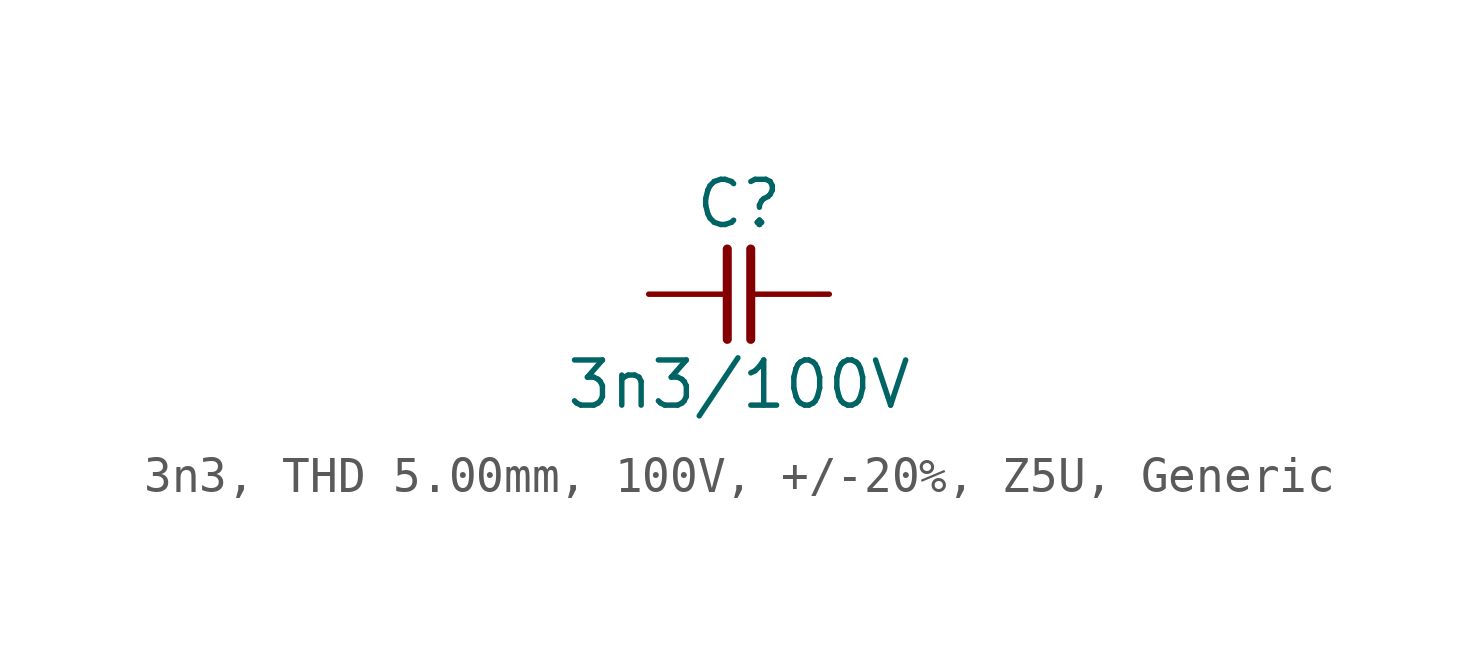
<source format=kicad_sym>
(kicad_symbol_lib
  (version 20241209)
  (generator "kicad_symbol_editor")
  (generator_version "9.0")
  (symbol "3n3, THD 5.00mm, 100V, +/-20%, Z5U, Generic"
    (pin_numbers
      (hide yes))
    (pin_names
      (offset 0)
      (hide yes))
    (property "Reference" "C"
      (at 0 2.54 0)
      (effects (font (size 1.27 1.27))))
    (property "Value" "3n3/100V"
      (at 0 -2.54 0)
      (effects (font (size 1.27 1.27))))
    (symbol "3n3, THD 5.00mm, 100V, +/-20%, Z5U, Generic_0_1"
      (polyline (pts (xy -0.33 1.27) (xy -0.33 -1.27)) (stroke (width 0.254) (type default)) (fill (type none)))
      (polyline (pts (xy 0.33 1.27) (xy 0.33 -1.27)) (stroke (width 0.254) (type default)) (fill (type none))))
    (symbol "3n3, THD 5.00mm, 100V, +/-20%, Z5U, Generic_1_1"
      (pin passive line (at -2.54 0 0) (length 2.21) (name "1" (effects (font (size 1.27 1.27)))) (number "1" (effects (font (size 1.27 1.27)))))
      (pin passive line (at 2.54 0 180) (length 2.21) (name "2" (effects (font (size 1.27 1.27)))) (number "2" (effects (font (size 1.27 1.27))))))))
</source>
